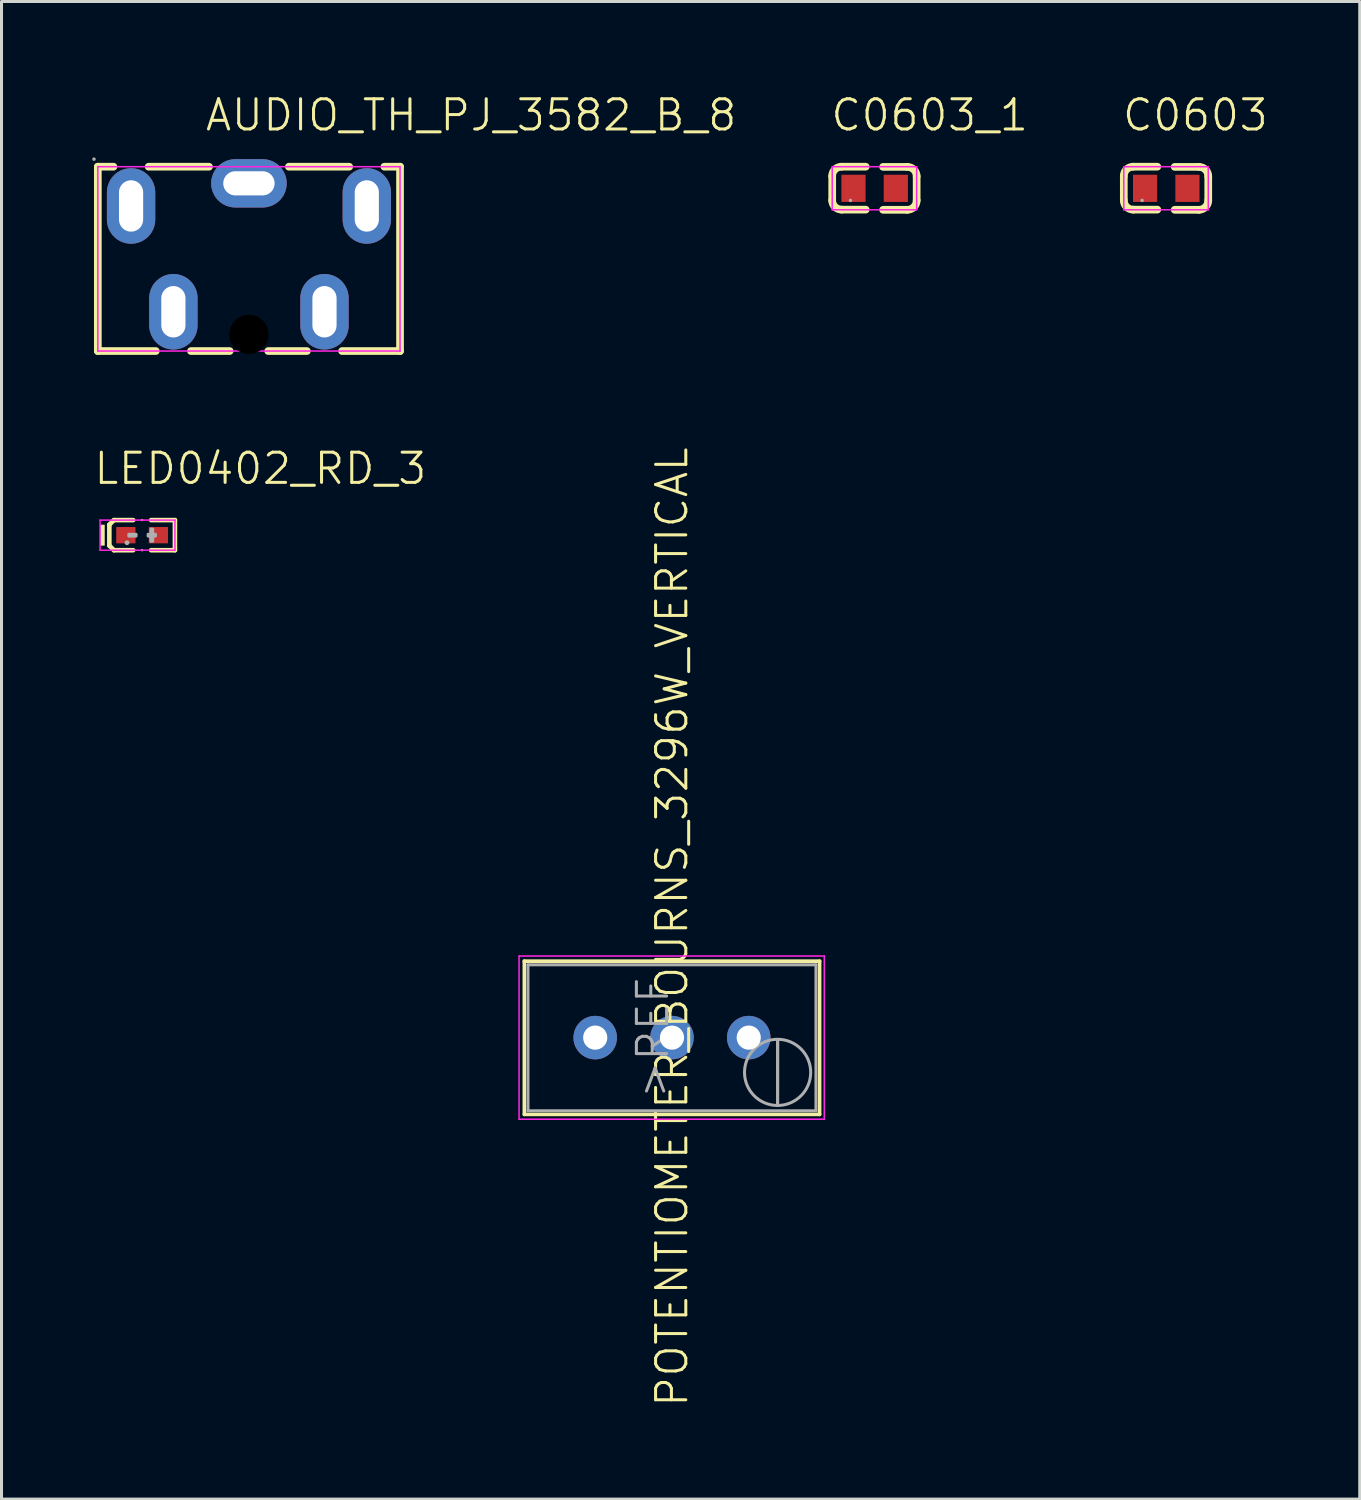
<source format=kicad_pcb>
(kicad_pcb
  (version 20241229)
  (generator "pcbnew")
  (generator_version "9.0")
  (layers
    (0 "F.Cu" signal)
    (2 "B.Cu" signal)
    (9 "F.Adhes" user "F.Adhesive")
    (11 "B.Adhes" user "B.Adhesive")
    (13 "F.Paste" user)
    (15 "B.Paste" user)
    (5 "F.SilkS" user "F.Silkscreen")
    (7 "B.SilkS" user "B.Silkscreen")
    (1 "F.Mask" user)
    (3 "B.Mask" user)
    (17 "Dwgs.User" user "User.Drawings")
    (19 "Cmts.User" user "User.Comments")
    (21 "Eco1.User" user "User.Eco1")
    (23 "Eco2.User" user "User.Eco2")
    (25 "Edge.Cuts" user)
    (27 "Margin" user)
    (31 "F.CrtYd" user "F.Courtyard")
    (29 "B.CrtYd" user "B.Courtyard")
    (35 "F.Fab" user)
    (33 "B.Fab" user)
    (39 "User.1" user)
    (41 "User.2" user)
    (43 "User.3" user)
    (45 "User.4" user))
  (footprint "LED0402_RD_3"
    (layer "F.Cu")
    (at 1.5 14.658)
    (property "Reference" "LED0402_RD_3" (at -1.5 -2.204 0) (layer "F.SilkS") (effects (font (size 1 1) (thickness 0.1)) (justify left)))
    (fp_line (start -0.932 -0.346) (end -0.78 -0.498) (stroke (width 0.152) (type solid)) (layer "F.SilkS"))
    (fp_line (start -0.932 0.346) (end -0.932 -0.346) (stroke (width 0.152) (type solid)) (layer "F.SilkS"))
    (fp_line (start -0.78 -0.498) (end -0.143 -0.498) (stroke (width 0.152) (type solid)) (layer "F.SilkS"))
    (fp_line (start -0.78 0.498) (end -0.932 0.346) (stroke (width 0.152) (type solid)) (layer "F.SilkS"))
    (fp_line (start -0.143 0.498) (end -0.78 0.498) (stroke (width 0.152) (type solid)) (layer "F.SilkS"))
    (fp_line (start 0.449 0.498) (end 1.238 0.498) (stroke (width 0.152) (type solid)) (layer "F.SilkS"))
    (fp_line (start 1.238 -0.498) (end 0.449 -0.498) (stroke (width 0.152) (type solid)) (layer "F.SilkS"))
    (fp_line (start 1.238 0.498) (end 1.238 -0.498) (stroke (width 0.152) (type solid)) (layer "F.SilkS"))
    (fp_poly (pts (xy -1.085 0.346) (xy -1.085 -0.346) (xy -1.238 -0.346) (xy -1.238 0.346)) (stroke (width 0) (type solid)) (fill yes) (layer "F.SilkS"))
    (fp_poly (pts (xy 0.191 -0.498) (xy 0.19 -0.506) (xy 0.188 -0.513) (xy 0.184 -0.52) (xy 0.179 -0.525) (xy 0.174 -0.53) (xy 0.167 -0.534) (xy 0.16 -0.536) (xy 0.152 -0.536) (xy 0.145 -0.536) (xy 0.138 -0.534) (xy 0.131 -0.53) (xy 0.126 -0.525) (xy 0.121 -0.52) (xy 0.117 -0.513) (xy 0.115 -0.506) (xy 0.115 -0.498) (xy 0.115 -0.491) (xy 0.117 -0.484) (xy 0.121 -0.477) (xy 0.126 -0.472) (xy 0.131 -0.467) (xy 0.138 -0.463) (xy 0.145 -0.461) (xy 0.152 -0.461) (xy 0.16 -0.461) (xy 0.167 -0.463) (xy 0.174 -0.467) (xy 0.179 -0.472) (xy 0.184 -0.477) (xy 0.188 -0.484) (xy 0.19 -0.491)) (stroke (width 0) (type solid)) (fill yes) (layer "F.SilkS"))
    (fp_poly (pts (xy 0.191 0.498) (xy 0.19 0.491) (xy 0.188 0.484) (xy 0.184 0.477) (xy 0.179 0.472) (xy 0.174 0.467) (xy 0.167 0.463) (xy 0.16 0.461) (xy 0.152 0.461) (xy 0.145 0.461) (xy 0.138 0.463) (xy 0.131 0.467) (xy 0.126 0.472) (xy 0.121 0.477) (xy 0.117 0.484) (xy 0.115 0.491) (xy 0.115 0.498) (xy 0.115 0.506) (xy 0.117 0.513) (xy 0.121 0.52) (xy 0.126 0.525) (xy 0.131 0.53) (xy 0.138 0.534) (xy 0.145 0.536) (xy 0.152 0.536) (xy 0.16 0.536) (xy 0.167 0.534) (xy 0.174 0.53) (xy 0.179 0.525) (xy 0.184 0.52) (xy 0.188 0.513) (xy 0.19 0.506)) (stroke (width 0) (type solid)) (fill yes) (layer "F.SilkS"))
    (fp_poly (pts (xy -0.045 0.231) (xy -0.045 -0.23) (xy -0.086 -0.27) (xy -0.663 -0.27) (xy -0.704 -0.23) (xy -0.704 0.231) (xy -0.663 0.271) (xy -0.086 0.271)) (stroke (width 0) (type solid)) (fill yes) (layer "F.Paste"))
    (fp_poly (pts (xy 0.35 0.231) (xy 0.35 -0.23) (xy 0.391 -0.27) (xy 0.97 -0.27) (xy 1.01 -0.23) (xy 1.01 0.231) (xy 0.97 0.271) (xy 0.391 0.271)) (stroke (width 0) (type solid)) (fill yes) (layer "F.Paste"))
    (fp_line (start -1.238 -0.498) (end -1.238 0.498) (stroke (width 0.05) (type solid)) (layer "F.CrtYd"))
    (fp_line (start -1.238 0.498) (end 1.238 0.498) (stroke (width 0.05) (type solid)) (layer "F.CrtYd"))
    (fp_line (start 1.238 -0.498) (end -1.238 -0.498) (stroke (width 0.05) (type solid)) (layer "F.CrtYd"))
    (fp_line (start 1.238 0.498) (end 1.238 -0.498) (stroke (width 0.05) (type solid)) (layer "F.CrtYd"))
    (fp_poly (pts (xy -0.287 0.03) (xy -0.287 -0.029) (xy -0.048 -0.029) (xy -0.048 0.03)) (stroke (width 0.1) (type solid)) (fill no) (layer "F.Fab"))
    (fp_poly (pts (xy 0.502 0.201) (xy 0.502 -0.2) (xy 0.443 -0.2) (xy 0.443 0.201)) (stroke (width 0.1) (type solid)) (fill no) (layer "F.Fab"))
    (fp_poly (pts (xy 0.593 0.03) (xy 0.593 -0.029) (xy 0.352 -0.029) (xy 0.352 0.03)) (stroke (width 0.1) (type solid)) (fill no) (layer "F.Fab"))
    (fp_poly (pts (xy -0.318 0.249) (xy -0.318 0.244) (xy -0.32 0.238) (xy -0.323 0.233) (xy -0.326 0.228) (xy -0.331 0.225) (xy -0.336 0.222) (xy -0.342 0.22) (xy -0.347 0.22) (xy -0.353 0.22) (xy -0.359 0.222) (xy -0.364 0.225) (xy -0.369 0.228) (xy -0.372 0.233) (xy -0.375 0.238) (xy -0.377 0.244) (xy -0.378 0.249) (xy -0.377 0.255) (xy -0.375 0.261) (xy -0.372 0.266) (xy -0.369 0.271) (xy -0.364 0.274) (xy -0.359 0.277) (xy -0.353 0.279) (xy -0.347 0.28) (xy -0.342 0.279) (xy -0.336 0.277) (xy -0.331 0.274) (xy -0.326 0.271) (xy -0.323 0.266) (xy -0.32 0.261) (xy -0.318 0.255)) (stroke (width 0.1) (type solid)) (fill no) (layer "F.Fab"))
    (pad "1" smd rect (at -0.386 0.001) (size 0.636 0.54) (layers "F.Cu" "F.Mask"))
    (pad "2" smd rect (at 0.691 0.001) (size 0.636 0.54) (layers "F.Cu" "F.Mask")))
  (footprint "AUDIO_TH_PJ_3582_B_8"
    (layer "F.Cu")
    (at 5.187 5.516)
    (property "Reference" "AUDIO_TH_PJ_3582_B_8" (at -1.5 -4.756 0) (layer "F.SilkS") (effects (font (size 1 1) (thickness 0.1)) (justify left)))
    (fp_line (start -5 -3.05) (end -5 3.05) (stroke (width 0.254) (type solid)) (layer "F.SilkS"))
    (fp_line (start -5 3.05) (end -3.082 3.05) (stroke (width 0.254) (type solid)) (layer "F.SilkS"))
    (fp_line (start -4.482 -3.05) (end -5 -3.05) (stroke (width 0.254) (type solid)) (layer "F.SilkS"))
    (fp_line (start -1.918 3.05) (end -0.638 3.05) (stroke (width 0.254) (type solid)) (layer "F.SilkS"))
    (fp_line (start -1.322 -3.05) (end -3.318 -3.05) (stroke (width 0.254) (type solid)) (layer "F.SilkS"))
    (fp_line (start 0.638 3.05) (end 1.918 3.05) (stroke (width 0.254) (type solid)) (layer "F.SilkS"))
    (fp_line (start 3.082 3.05) (end 5 3.05) (stroke (width 0.254) (type solid)) (layer "F.SilkS"))
    (fp_line (start 3.318 -3.05) (end 1.322 -3.05) (stroke (width 0.254) (type solid)) (layer "F.SilkS"))
    (fp_line (start 5 -3.05) (end 4.482 -3.05) (stroke (width 0.254) (type solid)) (layer "F.SilkS"))
    (fp_line (start 5 -3.05) (end 5 3.05) (stroke (width 0.254) (type solid)) (layer "F.SilkS"))
    (fp_line (start -5 -3.05) (end -5 3.05) (stroke (width 0.05) (type solid)) (layer "F.CrtYd"))
    (fp_line (start -5 3.05) (end 5 3.05) (stroke (width 0.05) (type solid)) (layer "F.CrtYd"))
    (fp_line (start 5 -3.05) (end -5 -3.05) (stroke (width 0.05) (type solid)) (layer "F.CrtYd"))
    (fp_line (start 5 3.05) (end 5 -3.05) (stroke (width 0.05) (type solid)) (layer "F.CrtYd"))
    (fp_arc (start -5.097 -3.3) (mid -5.157 -3.3) (end -5.097 -3.3) (stroke (width 0.06) (type solid)) (layer "F.Fab"))
    (pad "" np_thru_hole circle (at 0 2.5) (size 1.3 1.3) (drill 1.3) (layers "*.Mask"))
    (pad "2" thru_hole oval (at 0 -2.5 90) (size 1.6 2.5) (drill oval 0.8 1.7) (layers "*.Cu" "*.Mask"))
    (pad "3" thru_hole oval (at -3.9 -1.751 180) (size 1.6 2.5) (drill oval 0.8 1.7) (layers "*.Cu" "*.Mask"))
    (pad "4" thru_hole oval (at -2.5 1.75) (size 1.6 2.5) (drill oval 0.8 1.7) (layers "*.Cu" "*.Mask"))
    (pad "5" thru_hole oval (at 2.5 1.75) (size 1.6 2.5) (drill oval 0.8 1.7) (layers "*.Cu" "*.Mask"))
    (pad "6" thru_hole oval (at 3.9 -1.751) (size 1.6 2.5) (drill oval 0.8 1.7) (layers "*.Cu" "*.Mask")))
  (footprint "C0603"
    (layer "F.Cu")
    (at 35.533 3.179)
    (property "Reference" "C0603" (at -1.5 -2.419 0) (layer "F.SilkS") (effects (font (size 1 1) (thickness 0.1)) (justify left)))
    (fp_line (start -1.397 -0.403) (end -1.397 0.397) (stroke (width 0.254) (type solid)) (layer "F.SilkS"))
    (fp_line (start -0.288 -0.713) (end -1.089 -0.713) (stroke (width 0.254) (type solid)) (layer "F.SilkS"))
    (fp_line (start -0.288 0.707) (end -1.089 0.707) (stroke (width 0.254) (type solid)) (layer "F.SilkS"))
    (fp_line (start 0.287 -0.707) (end 1.087 -0.707) (stroke (width 0.254) (type solid)) (layer "F.SilkS"))
    (fp_line (start 0.287 0.713) (end 1.087 0.713) (stroke (width 0.254) (type solid)) (layer "F.SilkS"))
    (fp_line (start 1.397 -0.397) (end 1.397 0.403) (stroke (width 0.254) (type solid)) (layer "F.SilkS"))
    (fp_arc (start -1.3985 -0.403) (mid -1.307703 -0.622203) (end -1.0885 -0.713) (stroke (width 0.254) (type solid)) (layer "F.SilkS"))
    (fp_arc (start -1.0885 0.707) (mid -1.307712 0.616194) (end -1.3985 0.396975) (stroke (width 0.254) (type solid)) (layer "F.SilkS"))
    (fp_arc (start 1.0875 -0.707) (mid 1.306712 -0.616194) (end 1.3975 -0.396975) (stroke (width 0.254) (type solid)) (layer "F.SilkS"))
    (fp_arc (start 1.3975 0.403) (mid 1.306703 0.622203) (end 1.0875 0.713) (stroke (width 0.254) (type solid)) (layer "F.SilkS"))
    (fp_line (start -1.397 -0.713) (end -1.397 0.713) (stroke (width 0.05) (type solid)) (layer "F.CrtYd"))
    (fp_line (start -1.397 0.713) (end 1.397 0.713) (stroke (width 0.05) (type solid)) (layer "F.CrtYd"))
    (fp_line (start 1.397 -0.713) (end -1.397 -0.713) (stroke (width 0.05) (type solid)) (layer "F.CrtYd"))
    (fp_line (start 1.397 0.713) (end 1.397 -0.713) (stroke (width 0.05) (type solid)) (layer "F.CrtYd"))
    (fp_arc (start -0.7625 0.403) (mid -0.8225 0.403) (end -0.7625 0.403) (stroke (width 0.06) (type solid)) (layer "F.Fab"))
    (pad "1" smd rect (at -0.693 0.003) (size 0.8 0.9) (layers "F.Cu" "F.Mask" "F.Paste"))
    (pad "2" smd rect (at 0.708 0.003) (size 0.8 0.9) (layers "F.Cu" "F.Mask" "F.Paste")))
  (footprint "C0603_1"
    (layer "F.Cu")
    (at 25.884 3.179)
    (property "Reference" "C0603_1" (at -1.5 -2.419 0) (layer "F.SilkS") (effects (font (size 1 1) (thickness 0.1)) (justify left)))
    (fp_line (start -1.397 -0.403) (end -1.397 0.397) (stroke (width 0.254) (type solid)) (layer "F.SilkS"))
    (fp_line (start -0.288 -0.713) (end -1.089 -0.713) (stroke (width 0.254) (type solid)) (layer "F.SilkS"))
    (fp_line (start -0.288 0.707) (end -1.089 0.707) (stroke (width 0.254) (type solid)) (layer "F.SilkS"))
    (fp_line (start 0.287 -0.707) (end 1.087 -0.707) (stroke (width 0.254) (type solid)) (layer "F.SilkS"))
    (fp_line (start 0.287 0.713) (end 1.087 0.713) (stroke (width 0.254) (type solid)) (layer "F.SilkS"))
    (fp_line (start 1.397 -0.397) (end 1.397 0.403) (stroke (width 0.254) (type solid)) (layer "F.SilkS"))
    (fp_arc (start -1.3985 -0.403) (mid -1.307703 -0.622203) (end -1.0885 -0.713) (stroke (width 0.254) (type solid)) (layer "F.SilkS"))
    (fp_arc (start -1.0885 0.707) (mid -1.307712 0.616194) (end -1.3985 0.396975) (stroke (width 0.254) (type solid)) (layer "F.SilkS"))
    (fp_arc (start 1.0875 -0.707) (mid 1.306712 -0.616194) (end 1.3975 -0.396975) (stroke (width 0.254) (type solid)) (layer "F.SilkS"))
    (fp_arc (start 1.3975 0.403) (mid 1.306703 0.622203) (end 1.0875 0.713) (stroke (width 0.254) (type solid)) (layer "F.SilkS"))
    (fp_line (start -1.397 -0.713) (end -1.397 0.713) (stroke (width 0.05) (type solid)) (layer "F.CrtYd"))
    (fp_line (start -1.397 0.713) (end 1.397 0.713) (stroke (width 0.05) (type solid)) (layer "F.CrtYd"))
    (fp_line (start 1.397 -0.713) (end -1.397 -0.713) (stroke (width 0.05) (type solid)) (layer "F.CrtYd"))
    (fp_line (start 1.397 0.713) (end 1.397 -0.713) (stroke (width 0.05) (type solid)) (layer "F.CrtYd"))
    (fp_arc (start -0.7625 0.403) (mid -0.8225 0.403) (end -0.7625 0.403) (stroke (width 0.06) (type solid)) (layer "F.Fab"))
    (pad "1" smd rect (at -0.693 0.003) (size 0.8 0.9) (layers "F.Cu" "F.Mask" "F.Paste"))
    (pad "2" smd rect (at 0.708 0.003) (size 0.8 0.9) (layers "F.Cu" "F.Mask" "F.Paste")))
  (footprint "POTENTIOMETER_BOURNS_3296W_VERTICAL"
    (layer "F.Cu")
    (at 21.725 31.284)
    (property "Reference" "POTENTIOMETER_BOURNS_3296W_VERTICAL" (at -2.54 -3.66 90) (layer "F.SilkS") (effects (font (size 1 1) (thickness 0.1))))
    (fp_line (start -7.425 -2.53) (end -7.425 2.54) (stroke (width 0.12) (type solid)) (layer "F.SilkS"))
    (fp_line (start -7.425 -2.53) (end 2.345 -2.53) (stroke (width 0.12) (type solid)) (layer "F.SilkS"))
    (fp_line (start -7.425 2.54) (end 2.345 2.54) (stroke (width 0.12) (type solid)) (layer "F.SilkS"))
    (fp_line (start 2.345 -2.53) (end 2.345 2.54) (stroke (width 0.12) (type solid)) (layer "F.SilkS"))
    (fp_line (start -7.6 -2.7) (end -7.6 2.7) (stroke (width 0.05) (type solid)) (layer "F.CrtYd"))
    (fp_line (start -7.6 2.7) (end 2.5 2.7) (stroke (width 0.05) (type solid)) (layer "F.CrtYd"))
    (fp_line (start 2.5 -2.7) (end -7.6 -2.7) (stroke (width 0.05) (type solid)) (layer "F.CrtYd"))
    (fp_line (start 2.5 2.7) (end 2.5 -2.7) (stroke (width 0.05) (type solid)) (layer "F.CrtYd"))
    (fp_line (start -7.305 -2.41) (end -7.305 2.42) (stroke (width 0.1) (type solid)) (layer "F.Fab"))
    (fp_line (start -7.305 2.42) (end 2.225 2.42) (stroke (width 0.1) (type solid)) (layer "F.Fab"))
    (fp_line (start 0.955 2.235) (end 0.956 0.066) (stroke (width 0.1) (type solid)) (layer "F.Fab"))
    (fp_line (start 0.955 2.235) (end 0.956 0.066) (stroke (width 0.1) (type solid)) (layer "F.Fab"))
    (fp_line (start 2.225 -2.41) (end -7.305 -2.41) (stroke (width 0.1) (type solid)) (layer "F.Fab"))
    (fp_line (start 2.225 2.42) (end 2.225 -2.41) (stroke (width 0.1) (type solid)) (layer "F.Fab"))
    (fp_arc (start 2.05 1.15) (mid -0.14 1.15) (end 2.05 1.15) (stroke (width 0.1) (type solid)) (layer "F.Fab"))
    (fp_text user ">REF" (at -3.175 0.005 90) (layer "F.Fab") (effects (font (size 1 1) (thickness 0.1))))
    (pad "1" thru_hole circle (at 0 0) (size 1.44 1.44) (drill 0.8) (layers "*.Cu" "*.Mask"))
    (pad "2" thru_hole circle (at -2.54 0) (size 1.44 1.44) (drill 0.8) (layers "*.Cu" "*.Mask"))
    (pad "3" thru_hole circle (at -5.08 0) (size 1.44 1.44) (drill 0.8) (layers "*.Cu" "*.Mask")))
  (gr_rect
    (start -3 -3)
    (end 41.943 46.555)
    (stroke (width 0.1) (type default))
    (fill no)
    (layer "Edge.Cuts")))
</source>
